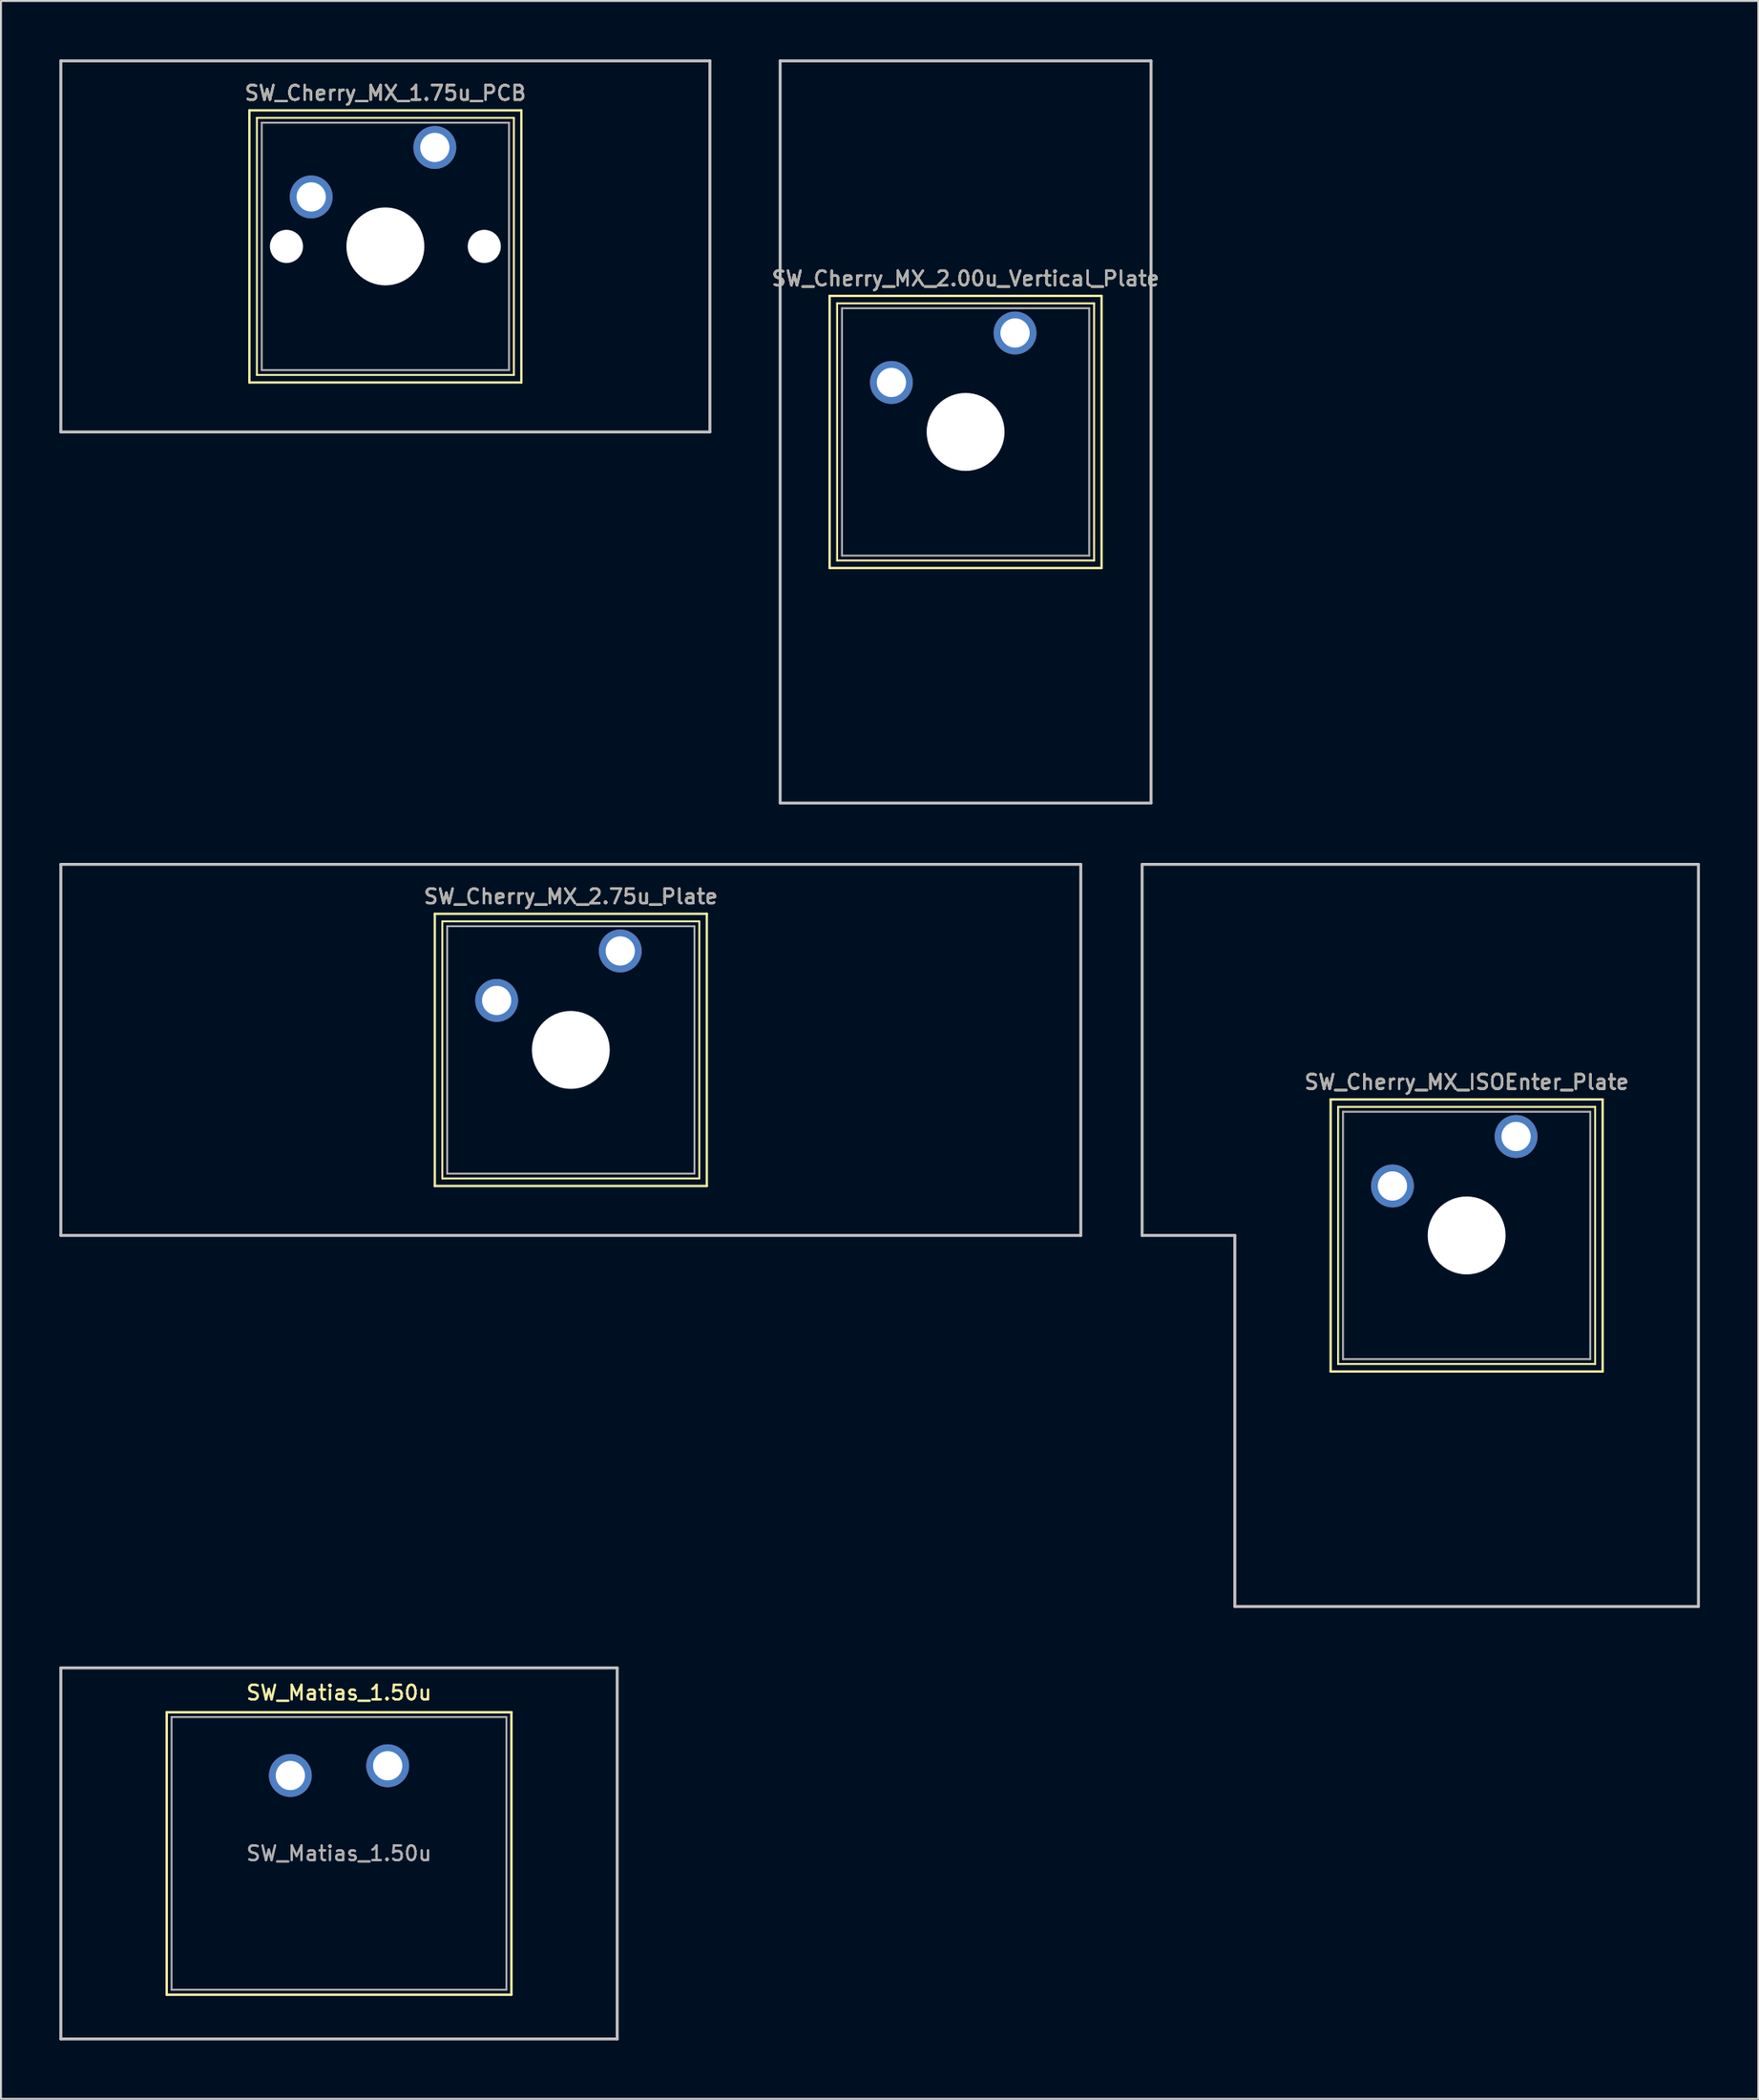
<source format=kicad_pcb>
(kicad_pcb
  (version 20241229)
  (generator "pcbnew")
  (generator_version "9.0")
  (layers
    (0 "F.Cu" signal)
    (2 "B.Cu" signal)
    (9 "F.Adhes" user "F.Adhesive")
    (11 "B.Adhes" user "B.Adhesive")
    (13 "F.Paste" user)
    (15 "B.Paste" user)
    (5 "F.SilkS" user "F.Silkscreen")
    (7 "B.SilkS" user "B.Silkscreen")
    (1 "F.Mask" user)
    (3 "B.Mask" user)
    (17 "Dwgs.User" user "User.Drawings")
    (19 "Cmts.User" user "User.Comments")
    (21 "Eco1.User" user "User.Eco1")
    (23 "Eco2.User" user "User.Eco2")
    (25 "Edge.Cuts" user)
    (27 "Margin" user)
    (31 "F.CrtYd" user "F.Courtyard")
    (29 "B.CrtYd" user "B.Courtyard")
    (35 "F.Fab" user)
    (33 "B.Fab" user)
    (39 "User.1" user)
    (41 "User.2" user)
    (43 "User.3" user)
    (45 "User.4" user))
  (footprint "SW_Cherry_MX_2.00u_Vertical_Plate"
    (layer "F.Cu")
    (at 49.086 14.045)
    (property "Reference" "SW_Cherry_MX_2.00u_Vertical_Plate" (at -2.54 -2.794 0) (layer "F.SilkS") (effects (font (size 0.75 0.75) (thickness 0.125))))
    (attr through_hole)
    (fp_line (start -9.525 -1.905) (end 4.445 -1.905) (stroke (width 0.12) (type solid)) (layer "F.SilkS"))
    (fp_line (start -9.525 12.065) (end -9.525 -1.905) (stroke (width 0.12) (type solid)) (layer "F.SilkS"))
    (fp_line (start -9.14 -1.52) (end 4.06 -1.52) (stroke (width 0.1) (type solid)) (layer "F.SilkS"))
    (fp_line (start -9.14 11.68) (end -9.14 -1.52) (stroke (width 0.1) (type solid)) (layer "F.SilkS"))
    (fp_line (start 4.06 -1.52) (end 4.06 11.68) (stroke (width 0.1) (type solid)) (layer "F.SilkS"))
    (fp_line (start 4.06 11.68) (end -9.14 11.68) (stroke (width 0.1) (type solid)) (layer "F.SilkS"))
    (fp_line (start 4.445 -1.905) (end 4.445 12.065) (stroke (width 0.12) (type solid)) (layer "F.SilkS"))
    (fp_line (start 4.445 12.065) (end -9.525 12.065) (stroke (width 0.12) (type solid)) (layer "F.SilkS"))
    (fp_line (start -12.065 -13.97) (end 6.985 -13.97) (stroke (width 0.15) (type solid)) (layer "Dwgs.User"))
    (fp_line (start -12.065 24.13) (end -12.065 -13.97) (stroke (width 0.15) (type solid)) (layer "Dwgs.User"))
    (fp_line (start 6.985 -13.97) (end 6.985 24.13) (stroke (width 0.15) (type solid)) (layer "Dwgs.User"))
    (fp_line (start 6.985 24.13) (end -12.065 24.13) (stroke (width 0.15) (type solid)) (layer "Dwgs.User"))
    (fp_line (start -8.89 -1.27) (end 3.81 -1.27) (stroke (width 0.1) (type solid)) (layer "F.Fab"))
    (fp_line (start -8.89 11.43) (end -8.89 -1.27) (stroke (width 0.1) (type solid)) (layer "F.Fab"))
    (fp_line (start 3.81 -1.27) (end 3.81 11.43) (stroke (width 0.1) (type solid)) (layer "F.Fab"))
    (fp_line (start 3.81 11.43) (end -8.89 11.43) (stroke (width 0.1) (type solid)) (layer "F.Fab"))
    (fp_text user "${REFERENCE}" (at -2.54 -2.794 0) (layer "F.Fab") (effects (font (size 0.75 0.75) (thickness 0.125))))
    (pad "" np_thru_hole circle (at -2.54 5.08) (size 4 4) (drill 4) (layers "*.Cu" "*.Mask"))
    (pad "1" thru_hole circle (at 0 0) (size 2.2 2.2) (drill 1.5) (layers "*.Cu" "*.Mask"))
    (pad "2" thru_hole circle (at -6.35 2.54) (size 2.2 2.2) (drill 1.5) (layers "*.Cu" "*.Mask")))
  (footprint "SW_Matias_1.50u"
    (layer "F.Cu")
    (at 16.863 87.6)
    (property "Reference" "SW_Matias_1.50u" (at -2.5 -3.75 0) (layer "F.SilkS") (effects (font (size 0.75 0.75) (thickness 0.125))))
    (attr through_hole)
    (fp_line (start -11.35 -2.75) (end -11.35 11.75) (stroke (width 0.1) (type solid)) (layer "F.SilkS"))
    (fp_line (start -11.35 -2.75) (end 6.35 -2.75) (stroke (width 0.1) (type solid)) (layer "F.SilkS"))
    (fp_line (start -11.35 -2.75) (end 6.35 -2.75) (stroke (width 0.12) (type solid)) (layer "F.SilkS"))
    (fp_line (start -11.35 11.75) (end -11.35 -2.75) (stroke (width 0.12) (type solid)) (layer "F.SilkS"))
    (fp_line (start -11.35 11.75) (end 6.35 11.75) (stroke (width 0.1) (type solid)) (layer "F.SilkS"))
    (fp_line (start 6.35 -2.75) (end 6.35 11.75) (stroke (width 0.12) (type solid)) (layer "F.SilkS"))
    (fp_line (start 6.35 11.75) (end -11.35 11.75) (stroke (width 0.12) (type solid)) (layer "F.SilkS"))
    (fp_line (start 6.35 11.75) (end 6.35 -2.75) (stroke (width 0.1) (type solid)) (layer "F.SilkS"))
    (fp_line (start -16.788 -5.025) (end 11.787 -5.025) (stroke (width 0.15) (type solid)) (layer "Dwgs.User"))
    (fp_line (start -16.788 14.025) (end -16.788 -5.025) (stroke (width 0.15) (type solid)) (layer "Dwgs.User"))
    (fp_line (start 11.787 -5.025) (end 11.787 14.025) (stroke (width 0.15) (type solid)) (layer "Dwgs.User"))
    (fp_line (start 11.787 14.025) (end -16.788 14.025) (stroke (width 0.15) (type solid)) (layer "Dwgs.User"))
    (fp_line (start -11.1 -2.5) (end 6.1 -2.5) (stroke (width 0.1) (type solid)) (layer "F.Fab"))
    (fp_line (start -11.1 11.5) (end -11.1 -2.5) (stroke (width 0.1) (type solid)) (layer "F.Fab"))
    (fp_line (start 6.1 -2.5) (end 6.1 11.5) (stroke (width 0.1) (type solid)) (layer "F.Fab"))
    (fp_line (start 6.1 11.5) (end -11.1 11.5) (stroke (width 0.1) (type solid)) (layer "F.Fab"))
    (fp_text user "${REFERENCE}" (at -2.5 4.5 0) (layer "F.Fab") (effects (font (size 0.75 0.75) (thickness 0.125))))
    (pad "1" thru_hole circle (at 0 0) (size 2.2 2.2) (drill 1.5) (layers "*.Cu" "*.Mask"))
    (pad "2" thru_hole circle (at -5 0.5) (size 2.2 2.2) (drill 1.5) (layers "*.Cu" "*.Mask")))
  (footprint "SW_Cherry_MX_2.75u_Plate"
    (layer "F.Cu")
    (at 28.809 45.77)
    (property "Reference" "SW_Cherry_MX_2.75u_Plate" (at -2.54 -2.794 0) (layer "F.SilkS") (effects (font (size 0.75 0.75) (thickness 0.125))))
    (attr through_hole)
    (fp_line (start -9.525 -1.905) (end 4.445 -1.905) (stroke (width 0.12) (type solid)) (layer "F.SilkS"))
    (fp_line (start -9.525 12.065) (end -9.525 -1.905) (stroke (width 0.12) (type solid)) (layer "F.SilkS"))
    (fp_line (start -9.14 -1.52) (end 4.06 -1.52) (stroke (width 0.1) (type solid)) (layer "F.SilkS"))
    (fp_line (start -9.14 11.68) (end -9.14 -1.52) (stroke (width 0.1) (type solid)) (layer "F.SilkS"))
    (fp_line (start 4.06 -1.52) (end 4.06 11.68) (stroke (width 0.1) (type solid)) (layer "F.SilkS"))
    (fp_line (start 4.06 11.68) (end -9.14 11.68) (stroke (width 0.1) (type solid)) (layer "F.SilkS"))
    (fp_line (start 4.445 -1.905) (end 4.445 12.065) (stroke (width 0.12) (type solid)) (layer "F.SilkS"))
    (fp_line (start 4.445 12.065) (end -9.525 12.065) (stroke (width 0.12) (type solid)) (layer "F.SilkS"))
    (fp_line (start -28.734 -4.445) (end 23.654 -4.445) (stroke (width 0.15) (type solid)) (layer "Dwgs.User"))
    (fp_line (start -28.734 14.605) (end -28.734 -4.445) (stroke (width 0.15) (type solid)) (layer "Dwgs.User"))
    (fp_line (start 23.654 -4.445) (end 23.654 14.605) (stroke (width 0.15) (type solid)) (layer "Dwgs.User"))
    (fp_line (start 23.654 14.605) (end -28.734 14.605) (stroke (width 0.15) (type solid)) (layer "Dwgs.User"))
    (fp_line (start -8.89 -1.27) (end 3.81 -1.27) (stroke (width 0.1) (type solid)) (layer "F.Fab"))
    (fp_line (start -8.89 11.43) (end -8.89 -1.27) (stroke (width 0.1) (type solid)) (layer "F.Fab"))
    (fp_line (start 3.81 -1.27) (end 3.81 11.43) (stroke (width 0.1) (type solid)) (layer "F.Fab"))
    (fp_line (start 3.81 11.43) (end -8.89 11.43) (stroke (width 0.1) (type solid)) (layer "F.Fab"))
    (fp_text user "${REFERENCE}" (at -2.54 -2.794 0) (layer "F.Fab") (effects (font (size 0.75 0.75) (thickness 0.125))))
    (pad "" np_thru_hole circle (at -2.54 5.08) (size 4 4) (drill 4) (layers "*.Cu" "*.Mask"))
    (pad "1" thru_hole circle (at 0 0) (size 2.2 2.2) (drill 1.5) (layers "*.Cu" "*.Mask"))
    (pad "2" thru_hole circle (at -6.35 2.54) (size 2.2 2.2) (drill 1.5) (layers "*.Cu" "*.Mask")))
  (footprint "SW_Cherry_MX_ISOEnter_Plate"
    (layer "F.Cu")
    (at 74.821 55.295)
    (property "Reference" "SW_Cherry_MX_ISOEnter_Plate" (at -2.54 -2.794 0) (layer "F.SilkS") (effects (font (size 0.75 0.75) (thickness 0.125))))
    (attr through_hole)
    (fp_line (start -9.525 -1.905) (end 4.445 -1.905) (stroke (width 0.12) (type solid)) (layer "F.SilkS"))
    (fp_line (start -9.525 12.065) (end -9.525 -1.905) (stroke (width 0.12) (type solid)) (layer "F.SilkS"))
    (fp_line (start -9.14 -1.52) (end 4.06 -1.52) (stroke (width 0.1) (type solid)) (layer "F.SilkS"))
    (fp_line (start -9.14 11.68) (end -9.14 -1.52) (stroke (width 0.1) (type solid)) (layer "F.SilkS"))
    (fp_line (start 4.06 -1.52) (end 4.06 11.68) (stroke (width 0.1) (type solid)) (layer "F.SilkS"))
    (fp_line (start 4.06 11.68) (end -9.14 11.68) (stroke (width 0.1) (type solid)) (layer "F.SilkS"))
    (fp_line (start 4.445 -1.905) (end 4.445 12.065) (stroke (width 0.12) (type solid)) (layer "F.SilkS"))
    (fp_line (start 4.445 12.065) (end -9.525 12.065) (stroke (width 0.12) (type solid)) (layer "F.SilkS"))
    (fp_line (start -19.209 -13.97) (end 9.366 -13.97) (stroke (width 0.15) (type solid)) (layer "Dwgs.User"))
    (fp_line (start -19.209 5.08) (end -19.209 -13.97) (stroke (width 0.15) (type solid)) (layer "Dwgs.User"))
    (fp_line (start -14.446 5.08) (end -19.209 5.08) (stroke (width 0.15) (type solid)) (layer "Dwgs.User"))
    (fp_line (start -14.446 24.13) (end -14.446 5.08) (stroke (width 0.15) (type solid)) (layer "Dwgs.User"))
    (fp_line (start 9.366 -13.97) (end 9.366 24.13) (stroke (width 0.15) (type solid)) (layer "Dwgs.User"))
    (fp_line (start 9.366 24.13) (end -14.446 24.13) (stroke (width 0.15) (type solid)) (layer "Dwgs.User"))
    (fp_line (start -8.89 -1.27) (end 3.81 -1.27) (stroke (width 0.1) (type solid)) (layer "F.Fab"))
    (fp_line (start -8.89 11.43) (end -8.89 -1.27) (stroke (width 0.1) (type solid)) (layer "F.Fab"))
    (fp_line (start 3.81 -1.27) (end 3.81 11.43) (stroke (width 0.1) (type solid)) (layer "F.Fab"))
    (fp_line (start 3.81 11.43) (end -8.89 11.43) (stroke (width 0.1) (type solid)) (layer "F.Fab"))
    (fp_text user "${REFERENCE}" (at -2.54 -2.794 0) (layer "F.Fab") (effects (font (size 0.75 0.75) (thickness 0.125))))
    (pad "" np_thru_hole circle (at -2.54 5.08) (size 4 4) (drill 4) (layers "*.Cu" "*.Mask"))
    (pad "1" thru_hole circle (at 0 0) (size 2.2 2.2) (drill 1.5) (layers "*.Cu" "*.Mask"))
    (pad "2" thru_hole circle (at -6.35 2.54) (size 2.2 2.2) (drill 1.5) (layers "*.Cu" "*.Mask")))
  (footprint "SW_Cherry_MX_1.75u_PCB"
    (layer "F.Cu")
    (at 19.284 4.52)
    (property "Reference" "SW_Cherry_MX_1.75u_PCB" (at -2.54 -2.794 0) (layer "F.SilkS") (effects (font (size 0.75 0.75) (thickness 0.125))))
    (attr through_hole)
    (fp_line (start -9.525 -1.905) (end 4.445 -1.905) (stroke (width 0.12) (type solid)) (layer "F.SilkS"))
    (fp_line (start -9.525 12.065) (end -9.525 -1.905) (stroke (width 0.12) (type solid)) (layer "F.SilkS"))
    (fp_line (start -9.14 -1.52) (end 4.06 -1.52) (stroke (width 0.1) (type solid)) (layer "F.SilkS"))
    (fp_line (start -9.14 11.68) (end -9.14 -1.52) (stroke (width 0.1) (type solid)) (layer "F.SilkS"))
    (fp_line (start 4.06 -1.52) (end 4.06 11.68) (stroke (width 0.1) (type solid)) (layer "F.SilkS"))
    (fp_line (start 4.06 11.68) (end -9.14 11.68) (stroke (width 0.1) (type solid)) (layer "F.SilkS"))
    (fp_line (start 4.445 -1.905) (end 4.445 12.065) (stroke (width 0.12) (type solid)) (layer "F.SilkS"))
    (fp_line (start 4.445 12.065) (end -9.525 12.065) (stroke (width 0.12) (type solid)) (layer "F.SilkS"))
    (fp_line (start -19.209 -4.445) (end 14.129 -4.445) (stroke (width 0.15) (type solid)) (layer "Dwgs.User"))
    (fp_line (start -19.209 14.605) (end -19.209 -4.445) (stroke (width 0.15) (type solid)) (layer "Dwgs.User"))
    (fp_line (start 14.129 -4.445) (end 14.129 14.605) (stroke (width 0.15) (type solid)) (layer "Dwgs.User"))
    (fp_line (start 14.129 14.605) (end -19.209 14.605) (stroke (width 0.15) (type solid)) (layer "Dwgs.User"))
    (fp_line (start -8.89 -1.27) (end 3.81 -1.27) (stroke (width 0.1) (type solid)) (layer "F.Fab"))
    (fp_line (start -8.89 11.43) (end -8.89 -1.27) (stroke (width 0.1) (type solid)) (layer "F.Fab"))
    (fp_line (start 3.81 -1.27) (end 3.81 11.43) (stroke (width 0.1) (type solid)) (layer "F.Fab"))
    (fp_line (start 3.81 11.43) (end -8.89 11.43) (stroke (width 0.1) (type solid)) (layer "F.Fab"))
    (fp_text user "${REFERENCE}" (at -2.54 -2.794 0) (layer "F.Fab") (effects (font (size 0.75 0.75) (thickness 0.125))))
    (pad "" np_thru_hole circle (at -7.62 5.08) (size 1.7 1.7) (drill 1.7) (layers "*.Cu" "*.Mask"))
    (pad "" np_thru_hole circle (at -2.54 5.08) (size 4 4) (drill 4) (layers "*.Cu" "*.Mask"))
    (pad "" np_thru_hole circle (at 2.54 5.08) (size 1.7 1.7) (drill 1.7) (layers "*.Cu" "*.Mask"))
    (pad "1" thru_hole circle (at 0 0) (size 2.2 2.2) (drill 1.5) (layers "*.Cu" "*.Mask"))
    (pad "2" thru_hole circle (at -6.35 2.54) (size 2.2 2.2) (drill 1.5) (layers "*.Cu" "*.Mask")))
  (gr_rect
    (start -3 -3)
    (end 87.263 104.7)
    (stroke (width 0.1) (type default))
    (fill no)
    (layer "Edge.Cuts")))
</source>
